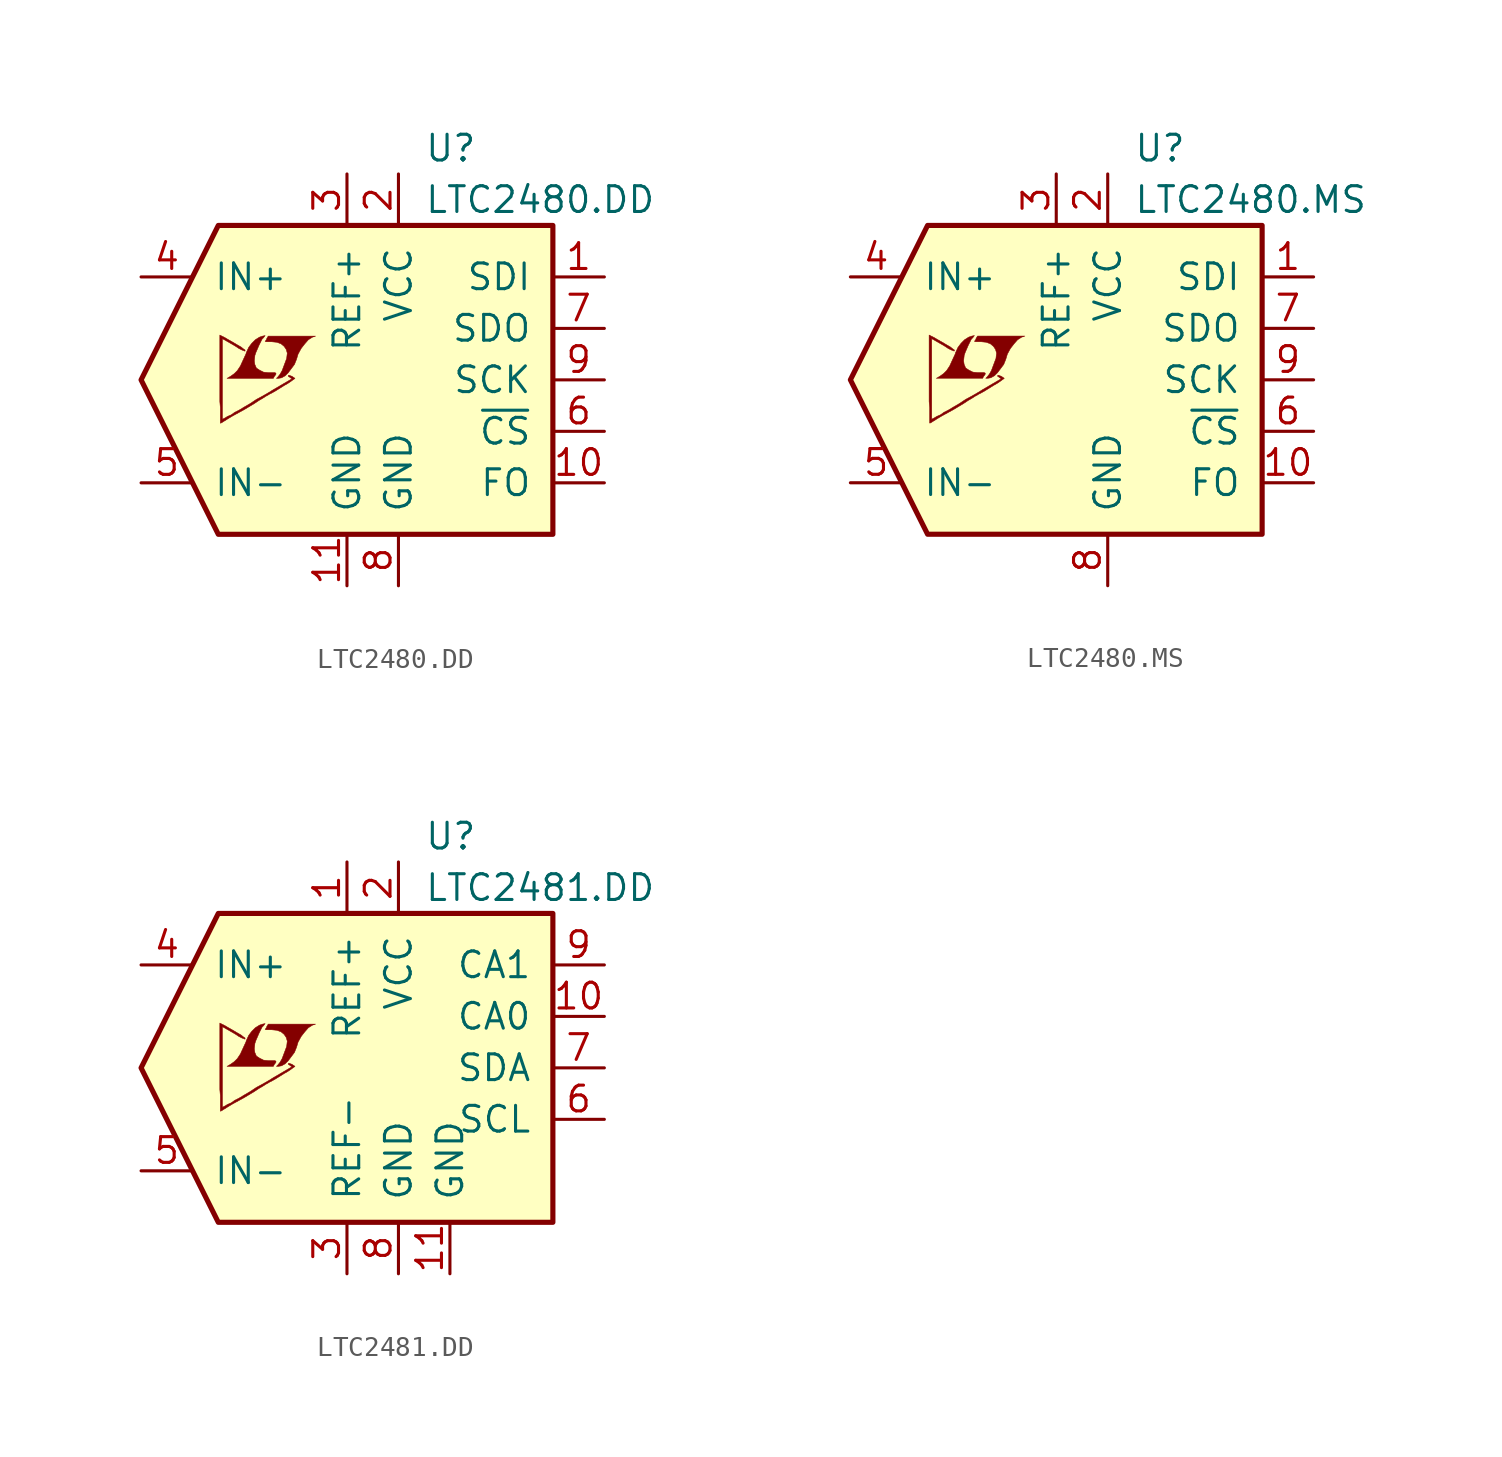
<source format=kicad_sym>
(kicad_symbol_lib
  (version 20201005)
  (generator kicad_symbol_editor)
  (symbol "LTC2480.DD"
    (pin_names
      (offset 1.016))
    (property "Reference" "U"
      (at 3.81 11.43 0)
      (effects (font (size 1.27 1.27)) (justify left)))
    (property "Value" "LTC2480.DD"
      (at 3.81 8.89 0)
      (effects (font (size 1.27 1.27)) (justify left)))
    (symbol "LTC2480.DD_0_0"
      (polyline (pts (xy -3.226 0.102) (xy -3.048 0.203) (xy -2.896 0.356) (xy -2.591 0.762) (xy -2.489 1.016) (xy -2.413 1.27) (xy -2.261 1.549) (xy -2.083 1.778) (xy -1.905 1.981) (xy -1.702 2.108) (xy -1.549 2.159) (xy -3.886 2.159) (xy -3.962 2.032) (xy -3.962 2.007) (xy -4.013 1.93) (xy -4.039 1.905) (xy -3.988 1.88) (xy -3.708 1.88) (xy -3.454 1.854) (xy -3.251 1.778) (xy -3.099 1.651) (xy -2.997 1.499) (xy -2.946 1.321) (xy -2.972 1.092) (xy -2.972 1.067) (xy -3.2 0.457) (xy -3.302 0.279) (xy -3.404 0.152) (xy -3.48 0.076) (xy -3.378 0.076) (xy -3.226 0.102)) (stroke (width 0.025)) (fill (type outline)))
      (polyline (pts (xy -3.581 0.178) (xy -3.556 0.203) (xy -3.505 0.279) (xy -3.505 0.33) (xy -3.556 0.356) (xy -3.861 0.356) (xy -4.115 0.381) (xy -4.318 0.483) (xy -4.47 0.584) (xy -4.547 0.762) (xy -4.572 0.94) (xy -4.547 1.168) (xy -4.547 1.194) (xy -4.496 1.346) (xy -4.343 1.702) (xy -4.191 2.007) (xy -4.115 2.083) (xy -4.039 2.184) (xy -4.166 2.159) (xy -4.318 2.108) (xy -4.521 1.981) (xy -4.699 1.803) (xy -4.851 1.6) (xy -4.978 1.321) (xy -4.978 1.295) (xy -5.131 0.965) (xy -5.258 0.686) (xy -5.41 0.457) (xy -5.563 0.305) (xy -5.74 0.178) (xy -5.918 0.076) (xy -3.632 0.076) (xy -3.581 0.178)) (stroke (width 0.025)) (fill (type outline)))
      (polyline (pts (xy -6.172 -2.108) (xy -6.096 -2.057) (xy -5.969 -1.981) (xy -5.893 -1.93) (xy -5.639 -1.778) (xy -5.08 -1.473) (xy -4.572 -1.168) (xy -4.343 -1.016) (xy -4.166 -0.914) (xy -4.013 -0.813) (xy -3.912 -0.762) (xy -3.835 -0.711) (xy -3.683 -0.635) (xy -3.505 -0.533) (xy -3.099 -0.279) (xy -2.921 -0.178) (xy -2.769 -0.076) (xy -2.667 0) (xy -2.591 0.051) (xy -2.565 0.076) (xy -2.718 0.178) (xy -2.87 0.229) (xy -2.896 0.203) (xy -2.896 0.178) (xy -2.819 0.127) (xy -2.718 0.051) (xy -3.632 -0.483) (xy -3.835 -0.61) (xy -4.14 -0.787) (xy -4.47 -0.965) (xy -4.775 -1.168) (xy -5.08 -1.346) (xy -5.334 -1.499) (xy -5.537 -1.6) (xy -5.715 -1.727) (xy -5.893 -1.803) (xy -6.02 -1.88) (xy -6.121 -1.93) (xy -6.147 -1.956) (xy -6.147 2.032) (xy -5.613 1.727) (xy -5.486 1.651) (xy -5.334 1.549) (xy -5.182 1.473) (xy -5.105 1.448) (xy -5.055 1.422) (xy -5.029 1.422) (xy -5.029 1.473) (xy -5.105 1.524) (xy -5.232 1.626) (xy -5.41 1.727) (xy -5.537 1.803) (xy -5.893 2.007) (xy -6.02 2.083) (xy -6.274 2.21) (xy -6.274 -1.067) (xy -6.248 -1.372) (xy -6.248 -2.134) (xy -6.223 -2.134) (xy -6.172 -2.108)) (stroke (width 0.025)) (fill (type outline))))
    (symbol "LTC2480.DD_0_1"
      (polyline (pts (xy -10.16 0) (xy -6.35 7.62) (xy 10.16 7.62) (xy 10.16 -7.62) (xy -6.35 -7.62) (xy -10.16 0)) (stroke (width 0.254)) (fill (type background))))
    (symbol "LTC2480.DD_1_1"
      (pin input line (at 12.7 5.08 180) (length 2.54) (name "SDI" (effects (font (size 1.27 1.27)))) (number "1" (effects (font (size 1.27 1.27)))))
      (pin input line (at 12.7 -5.08 180) (length 2.54) (name "FO" (effects (font (size 1.27 1.27)))) (number "10" (effects (font (size 1.27 1.27)))))
      (pin power_in line (at 0 -10.16 90) (length 2.54) (name "GND" (effects (font (size 1.27 1.27)))) (number "11" (effects (font (size 1.27 1.27)))))
      (pin power_in line (at 2.54 10.16 270) (length 2.54) (name "VCC" (effects (font (size 1.27 1.27)))) (number "2" (effects (font (size 1.27 1.27)))))
      (pin passive line (at 0 10.16 270) (length 2.54) (name "REF+" (effects (font (size 1.27 1.27)))) (number "3" (effects (font (size 1.27 1.27)))))
      (pin input line (at -10.16 5.08 0) (length 2.54) (name "IN+" (effects (font (size 1.27 1.27)))) (number "4" (effects (font (size 1.27 1.27)))))
      (pin input line (at -10.16 -5.08 0) (length 2.54) (name "IN-" (effects (font (size 1.27 1.27)))) (number "5" (effects (font (size 1.27 1.27)))))
      (pin input line (at 12.7 -2.54 180) (length 2.54) (name "~CS~" (effects (font (size 1.27 1.27)))) (number "6" (effects (font (size 1.27 1.27)))))
      (pin output line (at 12.7 2.54 180) (length 2.54) (name "SDO" (effects (font (size 1.27 1.27)))) (number "7" (effects (font (size 1.27 1.27)))))
      (pin power_in line (at 2.54 -10.16 90) (length 2.54) (name "GND" (effects (font (size 1.27 1.27)))) (number "8" (effects (font (size 1.27 1.27)))))
      (pin input line (at 12.7 0 180) (length 2.54) (name "SCK" (effects (font (size 1.27 1.27)))) (number "9" (effects (font (size 1.27 1.27)))))))
  (symbol "LTC2480.MS"
    (pin_names
      (offset 1.016))
    (property "Reference" "U"
      (at 3.81 11.43 0)
      (effects (font (size 1.27 1.27)) (justify left)))
    (property "Value" "LTC2480.MS"
      (at 3.81 8.89 0)
      (effects (font (size 1.27 1.27)) (justify left)))
    (symbol "LTC2480.MS_0_0"
      (polyline (pts (xy -3.226 0.102) (xy -3.048 0.203) (xy -2.896 0.356) (xy -2.591 0.762) (xy -2.489 1.016) (xy -2.413 1.27) (xy -2.261 1.549) (xy -2.083 1.778) (xy -1.905 1.981) (xy -1.702 2.108) (xy -1.549 2.159) (xy -3.886 2.159) (xy -3.962 2.032) (xy -3.962 2.007) (xy -4.013 1.93) (xy -4.039 1.905) (xy -3.988 1.88) (xy -3.708 1.88) (xy -3.454 1.854) (xy -3.251 1.778) (xy -3.099 1.651) (xy -2.997 1.499) (xy -2.946 1.321) (xy -2.972 1.092) (xy -2.972 1.067) (xy -3.2 0.457) (xy -3.302 0.279) (xy -3.404 0.152) (xy -3.48 0.076) (xy -3.378 0.076) (xy -3.226 0.102)) (stroke (width 0.025)) (fill (type outline)))
      (polyline (pts (xy -3.581 0.178) (xy -3.556 0.203) (xy -3.505 0.279) (xy -3.505 0.33) (xy -3.556 0.356) (xy -3.861 0.356) (xy -4.115 0.381) (xy -4.318 0.483) (xy -4.47 0.584) (xy -4.547 0.762) (xy -4.572 0.94) (xy -4.547 1.168) (xy -4.547 1.194) (xy -4.496 1.346) (xy -4.343 1.702) (xy -4.191 2.007) (xy -4.115 2.083) (xy -4.039 2.184) (xy -4.166 2.159) (xy -4.318 2.108) (xy -4.521 1.981) (xy -4.699 1.803) (xy -4.851 1.6) (xy -4.978 1.321) (xy -4.978 1.295) (xy -5.131 0.965) (xy -5.258 0.686) (xy -5.41 0.457) (xy -5.563 0.305) (xy -5.74 0.178) (xy -5.918 0.076) (xy -3.632 0.076) (xy -3.581 0.178)) (stroke (width 0.025)) (fill (type outline)))
      (polyline (pts (xy -6.172 -2.108) (xy -6.096 -2.057) (xy -5.969 -1.981) (xy -5.893 -1.93) (xy -5.639 -1.778) (xy -5.08 -1.473) (xy -4.572 -1.168) (xy -4.343 -1.016) (xy -4.166 -0.914) (xy -4.013 -0.813) (xy -3.912 -0.762) (xy -3.835 -0.711) (xy -3.683 -0.635) (xy -3.505 -0.533) (xy -3.099 -0.279) (xy -2.921 -0.178) (xy -2.769 -0.076) (xy -2.667 0) (xy -2.591 0.051) (xy -2.565 0.076) (xy -2.718 0.178) (xy -2.87 0.229) (xy -2.896 0.203) (xy -2.896 0.178) (xy -2.819 0.127) (xy -2.718 0.051) (xy -3.632 -0.483) (xy -3.835 -0.61) (xy -4.14 -0.787) (xy -4.47 -0.965) (xy -4.775 -1.168) (xy -5.08 -1.346) (xy -5.334 -1.499) (xy -5.537 -1.6) (xy -5.715 -1.727) (xy -5.893 -1.803) (xy -6.02 -1.88) (xy -6.121 -1.93) (xy -6.147 -1.956) (xy -6.147 2.032) (xy -5.613 1.727) (xy -5.486 1.651) (xy -5.334 1.549) (xy -5.182 1.473) (xy -5.105 1.448) (xy -5.055 1.422) (xy -5.029 1.422) (xy -5.029 1.473) (xy -5.105 1.524) (xy -5.232 1.626) (xy -5.41 1.727) (xy -5.537 1.803) (xy -5.893 2.007) (xy -6.02 2.083) (xy -6.274 2.21) (xy -6.274 -1.067) (xy -6.248 -1.372) (xy -6.248 -2.134) (xy -6.223 -2.134) (xy -6.172 -2.108)) (stroke (width 0.025)) (fill (type outline))))
    (symbol "LTC2480.MS_0_1"
      (polyline (pts (xy -10.16 0) (xy -6.35 7.62) (xy 10.16 7.62) (xy 10.16 -7.62) (xy -6.35 -7.62) (xy -10.16 0)) (stroke (width 0.254)) (fill (type background))))
    (symbol "LTC2480.MS_1_1"
      (pin input line (at 12.7 5.08 180) (length 2.54) (name "SDI" (effects (font (size 1.27 1.27)))) (number "1" (effects (font (size 1.27 1.27)))))
      (pin input line (at 12.7 -5.08 180) (length 2.54) (name "FO" (effects (font (size 1.27 1.27)))) (number "10" (effects (font (size 1.27 1.27)))))
      (pin power_in line (at 2.54 10.16 270) (length 2.54) (name "VCC" (effects (font (size 1.27 1.27)))) (number "2" (effects (font (size 1.27 1.27)))))
      (pin passive line (at 0 10.16 270) (length 2.54) (name "REF+" (effects (font (size 1.27 1.27)))) (number "3" (effects (font (size 1.27 1.27)))))
      (pin input line (at -10.16 5.08 0) (length 2.54) (name "IN+" (effects (font (size 1.27 1.27)))) (number "4" (effects (font (size 1.27 1.27)))))
      (pin input line (at -10.16 -5.08 0) (length 2.54) (name "IN-" (effects (font (size 1.27 1.27)))) (number "5" (effects (font (size 1.27 1.27)))))
      (pin input line (at 12.7 -2.54 180) (length 2.54) (name "~CS~" (effects (font (size 1.27 1.27)))) (number "6" (effects (font (size 1.27 1.27)))))
      (pin output line (at 12.7 2.54 180) (length 2.54) (name "SDO" (effects (font (size 1.27 1.27)))) (number "7" (effects (font (size 1.27 1.27)))))
      (pin power_in line (at 2.54 -10.16 90) (length 2.54) (name "GND" (effects (font (size 1.27 1.27)))) (number "8" (effects (font (size 1.27 1.27)))))
      (pin input line (at 12.7 0 180) (length 2.54) (name "SCK" (effects (font (size 1.27 1.27)))) (number "9" (effects (font (size 1.27 1.27)))))))
  (symbol "LTC2481.DD"
    (pin_names
      (offset 1.016))
    (property "Reference" "U"
      (at 3.81 11.43 0)
      (effects (font (size 1.27 1.27)) (justify left)))
    (property "Value" "LTC2481.DD"
      (at 3.81 8.89 0)
      (effects (font (size 1.27 1.27)) (justify left)))
    (symbol "LTC2481.DD_0_0"
      (polyline (pts (xy -3.226 0.102) (xy -3.048 0.203) (xy -2.896 0.356) (xy -2.591 0.762) (xy -2.489 1.016) (xy -2.413 1.27) (xy -2.261 1.549) (xy -2.083 1.778) (xy -1.905 1.981) (xy -1.702 2.108) (xy -1.549 2.159) (xy -3.886 2.159) (xy -3.962 2.032) (xy -3.962 2.007) (xy -4.013 1.93) (xy -4.039 1.905) (xy -3.988 1.88) (xy -3.708 1.88) (xy -3.454 1.854) (xy -3.251 1.778) (xy -3.099 1.651) (xy -2.997 1.499) (xy -2.946 1.321) (xy -2.972 1.092) (xy -2.972 1.067) (xy -3.2 0.457) (xy -3.302 0.279) (xy -3.404 0.152) (xy -3.48 0.076) (xy -3.378 0.076) (xy -3.226 0.102)) (stroke (width 0.025)) (fill (type outline)))
      (polyline (pts (xy -3.581 0.178) (xy -3.556 0.203) (xy -3.505 0.279) (xy -3.505 0.33) (xy -3.556 0.356) (xy -3.861 0.356) (xy -4.115 0.381) (xy -4.318 0.483) (xy -4.47 0.584) (xy -4.547 0.762) (xy -4.572 0.94) (xy -4.547 1.168) (xy -4.547 1.194) (xy -4.496 1.346) (xy -4.343 1.702) (xy -4.191 2.007) (xy -4.115 2.083) (xy -4.039 2.184) (xy -4.166 2.159) (xy -4.318 2.108) (xy -4.521 1.981) (xy -4.699 1.803) (xy -4.851 1.6) (xy -4.978 1.321) (xy -4.978 1.295) (xy -5.131 0.965) (xy -5.258 0.686) (xy -5.41 0.457) (xy -5.563 0.305) (xy -5.74 0.178) (xy -5.918 0.076) (xy -3.632 0.076) (xy -3.581 0.178)) (stroke (width 0.025)) (fill (type outline)))
      (polyline (pts (xy -6.172 -2.108) (xy -6.096 -2.057) (xy -5.969 -1.981) (xy -5.893 -1.93) (xy -5.639 -1.778) (xy -5.08 -1.473) (xy -4.572 -1.168) (xy -4.343 -1.016) (xy -4.166 -0.914) (xy -4.013 -0.813) (xy -3.912 -0.762) (xy -3.835 -0.711) (xy -3.683 -0.635) (xy -3.505 -0.533) (xy -3.099 -0.279) (xy -2.921 -0.178) (xy -2.769 -0.076) (xy -2.667 0) (xy -2.591 0.051) (xy -2.565 0.076) (xy -2.718 0.178) (xy -2.87 0.229) (xy -2.896 0.203) (xy -2.896 0.178) (xy -2.819 0.127) (xy -2.718 0.051) (xy -3.632 -0.483) (xy -3.835 -0.61) (xy -4.14 -0.787) (xy -4.47 -0.965) (xy -4.775 -1.168) (xy -5.08 -1.346) (xy -5.334 -1.499) (xy -5.537 -1.6) (xy -5.715 -1.727) (xy -5.893 -1.803) (xy -6.02 -1.88) (xy -6.121 -1.93) (xy -6.147 -1.956) (xy -6.147 2.032) (xy -5.613 1.727) (xy -5.486 1.651) (xy -5.334 1.549) (xy -5.182 1.473) (xy -5.105 1.448) (xy -5.055 1.422) (xy -5.029 1.422) (xy -5.029 1.473) (xy -5.105 1.524) (xy -5.232 1.626) (xy -5.41 1.727) (xy -5.537 1.803) (xy -5.893 2.007) (xy -6.02 2.083) (xy -6.274 2.21) (xy -6.274 -1.067) (xy -6.248 -1.372) (xy -6.248 -2.134) (xy -6.223 -2.134) (xy -6.172 -2.108)) (stroke (width 0.025)) (fill (type outline))))
    (symbol "LTC2481.DD_0_1"
      (polyline (pts (xy -10.16 0) (xy -6.35 7.62) (xy 10.16 7.62) (xy 10.16 -7.62) (xy -6.35 -7.62) (xy -10.16 0)) (stroke (width 0.254)) (fill (type background))))
    (symbol "LTC2481.DD_1_1"
      (pin passive line (at 0 10.16 270) (length 2.54) (name "REF+" (effects (font (size 1.27 1.27)))) (number "1" (effects (font (size 1.27 1.27)))))
      (pin input line (at 12.7 2.54 180) (length 2.54) (name "CA0" (effects (font (size 1.27 1.27)))) (number "10" (effects (font (size 1.27 1.27)))))
      (pin power_in line (at 5.08 -10.16 90) (length 2.54) (name "GND" (effects (font (size 1.27 1.27)))) (number "11" (effects (font (size 1.27 1.27)))))
      (pin power_in line (at 2.54 10.16 270) (length 2.54) (name "VCC" (effects (font (size 1.27 1.27)))) (number "2" (effects (font (size 1.27 1.27)))))
      (pin passive line (at 0 -10.16 90) (length 2.54) (name "REF-" (effects (font (size 1.27 1.27)))) (number "3" (effects (font (size 1.27 1.27)))))
      (pin input line (at -10.16 5.08 0) (length 2.54) (name "IN+" (effects (font (size 1.27 1.27)))) (number "4" (effects (font (size 1.27 1.27)))))
      (pin input line (at -10.16 -5.08 0) (length 2.54) (name "IN-" (effects (font (size 1.27 1.27)))) (number "5" (effects (font (size 1.27 1.27)))))
      (pin input line (at 12.7 -2.54 180) (length 2.54) (name "SCL" (effects (font (size 1.27 1.27)))) (number "6" (effects (font (size 1.27 1.27)))))
      (pin bidirectional line (at 12.7 0 180) (length 2.54) (name "SDA" (effects (font (size 1.27 1.27)))) (number "7" (effects (font (size 1.27 1.27)))))
      (pin power_in line (at 2.54 -10.16 90) (length 2.54) (name "GND" (effects (font (size 1.27 1.27)))) (number "8" (effects (font (size 1.27 1.27)))))
      (pin input line (at 12.7 5.08 180) (length 2.54) (name "CA1" (effects (font (size 1.27 1.27)))) (number "9" (effects (font (size 1.27 1.27))))))))
</source>
